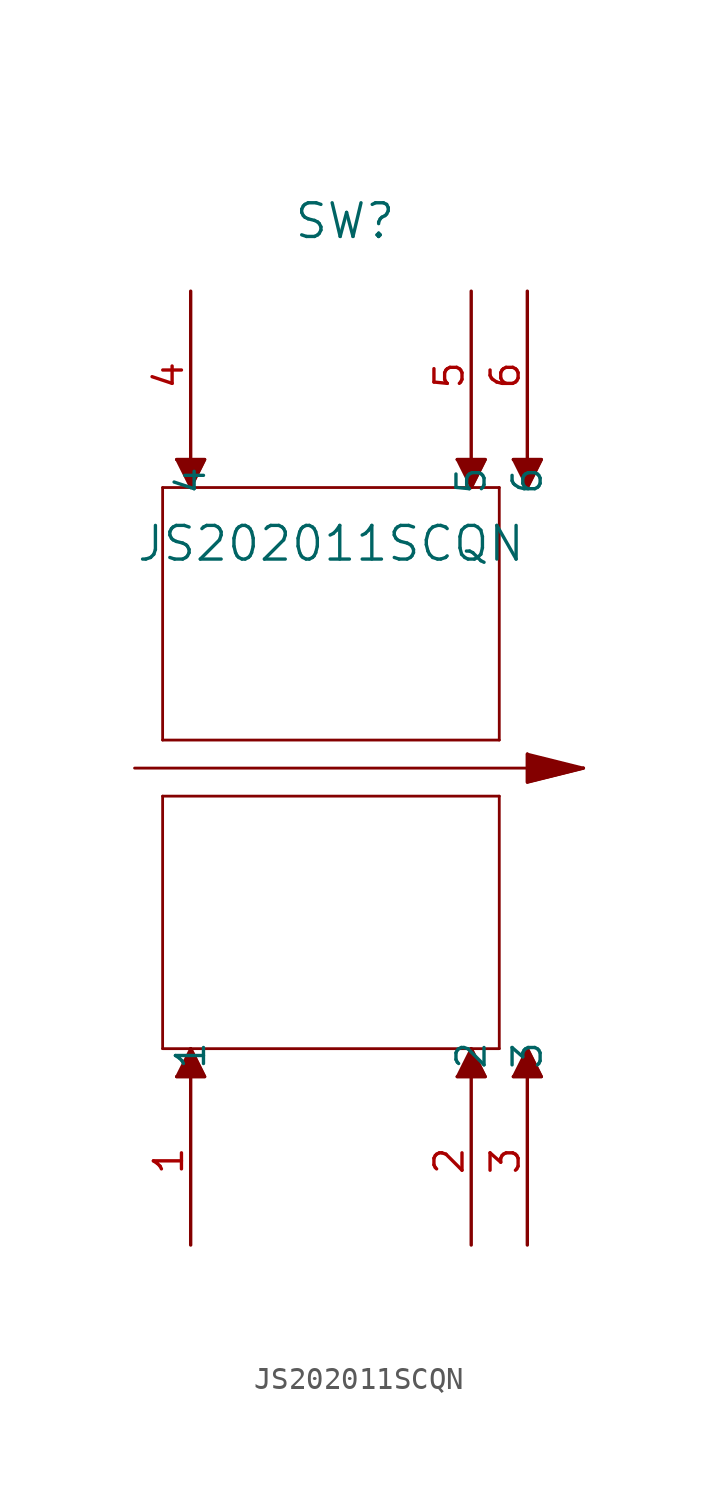
<source format=kicad_sym>
(kicad_symbol_lib
  (version 20211014)
  (generator kicad_symbol_editor)
  (symbol "JS202011SCQN"
    (pin_names
      (offset 0.254))
    (property "Reference" "SW"
      (at 6.985 46.355 0)
      (effects (font (size 1.524 1.524))))
    (property "Value" "JS202011SCQN"
      (at 6.35 31.75 0)
      (effects (font (size 1.524 1.524))))
    (symbol "JS202011SCQN_0_1"
      (polyline (pts (xy -1.27 8.89) (xy 13.97 8.89)) (stroke (width 0.127) (type default) (color 0 0 0 0)) (fill (type none)))
      (polyline (pts (xy -1.27 8.89) (xy -1.27 20.32)) (stroke (width 0.127) (type default) (color 0 0 0 0)) (fill (type none)))
      (polyline (pts (xy 13.97 34.29) (xy -1.27 34.29)) (stroke (width 0.127) (type default) (color 0 0 0 0)) (fill (type none)))
      (polyline (pts (xy -1.27 20.32) (xy 13.97 20.32)) (stroke (width 0.127) (type default) (color 0 0 0 0)) (fill (type none)))
      (polyline (pts (xy 13.97 8.89) (xy 13.97 20.32)) (stroke (width 0.127) (type default) (color 0 0 0 0)) (fill (type none)))
      (polyline (pts (xy -1.27 34.29) (xy -1.27 22.86)) (stroke (width 0.127) (type default) (color 0 0 0 0)) (fill (type none)))
      (polyline (pts (xy -1.27 22.86) (xy 13.97 22.86)) (stroke (width 0.127) (type default) (color 0 0 0 0)) (fill (type none)))
      (polyline (pts (xy 13.97 22.86) (xy 13.97 34.29)) (stroke (width 0.127) (type default) (color 0 0 0 0)) (fill (type none)))
      (polyline (pts (xy -0.635 7.62) (xy 0.635 7.62)) (stroke (width 0.127) (type default) (color 0 0 0 0)) (fill (type none)))
      (polyline (pts (xy -0.635 7.62) (xy 0 8.89)) (stroke (width 0.127) (type default) (color 0 0 0 0)) (fill (type none)))
      (polyline (pts (xy 0 8.89) (xy 0.635 7.62)) (stroke (width 0.127) (type default) (color 0 0 0 0)) (fill (type none)))
      (polyline (pts (xy 13.335 7.62) (xy 12.065 7.62)) (stroke (width 0.127) (type default) (color 0 0 0 0)) (fill (type none)))
      (polyline (pts (xy 12.065 7.62) (xy 12.7 8.89)) (stroke (width 0.127) (type default) (color 0 0 0 0)) (fill (type none)))
      (polyline (pts (xy 12.7 8.89) (xy 13.335 7.62)) (stroke (width 0.127) (type default) (color 0 0 0 0)) (fill (type none)))
      (polyline (pts (xy 14.605 7.62) (xy 15.875 7.62)) (stroke (width 0.127) (type default) (color 0 0 0 0)) (fill (type none)))
      (polyline (pts (xy 14.605 7.62) (xy 15.24 8.89)) (stroke (width 0.127) (type default) (color 0 0 0 0)) (fill (type none)))
      (polyline (pts (xy 15.24 8.89) (xy 15.875 7.62)) (stroke (width 0.127) (type default) (color 0 0 0 0)) (fill (type none)))
      (polyline (pts (xy -0.635 35.56) (xy 0.635 35.56)) (stroke (width 0.127) (type default) (color 0 0 0 0)) (fill (type none)))
      (polyline (pts (xy -0.635 35.56) (xy 0 34.29)) (stroke (width 0.127) (type default) (color 0 0 0 0)) (fill (type none)))
      (polyline (pts (xy 0 34.29) (xy 0.635 35.56)) (stroke (width 0.127) (type default) (color 0 0 0 0)) (fill (type none)))
      (polyline (pts (xy 12.065 35.56) (xy 13.335 35.56)) (stroke (width 0.127) (type default) (color 0 0 0 0)) (fill (type none)))
      (polyline (pts (xy 12.065 35.56) (xy 12.7 34.29)) (stroke (width 0.127) (type default) (color 0 0 0 0)) (fill (type none)))
      (polyline (pts (xy 12.7 34.29) (xy 13.335 35.56)) (stroke (width 0.127) (type default) (color 0 0 0 0)) (fill (type none)))
      (polyline (pts (xy 14.605 35.56) (xy 15.875 35.56)) (stroke (width 0.127) (type default) (color 0 0 0 0)) (fill (type none)))
      (polyline (pts (xy 14.605 35.56) (xy 15.24 34.29)) (stroke (width 0.127) (type default) (color 0 0 0 0)) (fill (type none)))
      (polyline (pts (xy 15.24 34.29) (xy 15.875 35.56)) (stroke (width 0.127) (type default) (color 0 0 0 0)) (fill (type none)))
      (polyline (pts (xy -2.54 21.59) (xy 15.24 21.59)) (stroke (width 0.127) (type default) (color 0 0 0 0)) (fill (type none)))
      (polyline (pts (xy 15.24 22.225) (xy 15.24 20.955)) (stroke (width 0.127) (type default) (color 0 0 0 0)) (fill (type none)))
      (polyline (pts (xy 15.24 20.955) (xy 17.78 21.59)) (stroke (width 0.127) (type default) (color 0 0 0 0)) (fill (type none)))
      (polyline (pts (xy 15.24 22.225) (xy 17.78 21.59)) (stroke (width 0.127) (type default) (color 0 0 0 0)) (fill (type none)))
      (polyline (pts (xy -0.635 7.62) (xy 0.635 7.62) (xy 0 8.89)) (stroke (width 0) (type default) (color 0 0 0 0)) (fill (type outline)))
      (polyline (pts (xy 12.065 7.62) (xy 13.335 7.62) (xy 12.7 8.89)) (stroke (width 0) (type default) (color 0 0 0 0)) (fill (type outline)))
      (polyline (pts (xy 14.605 7.62) (xy 15.875 7.62) (xy 15.24 8.89)) (stroke (width 0) (type default) (color 0 0 0 0)) (fill (type outline)))
      (polyline (pts (xy -0.635 35.56) (xy 0.635 35.56) (xy 0 34.29)) (stroke (width 0) (type default) (color 0 0 0 0)) (fill (type outline)))
      (polyline (pts (xy 12.065 35.56) (xy 13.335 35.56) (xy 12.7 34.29)) (stroke (width 0) (type default) (color 0 0 0 0)) (fill (type outline)))
      (polyline (pts (xy 14.605 35.56) (xy 15.875 35.56) (xy 15.24 34.29)) (stroke (width 0) (type default) (color 0 0 0 0)) (fill (type outline)))
      (polyline (pts (xy 15.24 22.225) (xy 15.24 20.955) (xy 17.78 21.59)) (stroke (width 0) (type default) (color 0 0 0 0)) (fill (type outline)))
      (pin unspecified line (at 0 0 90) (length 7.62) (name "1" (effects (font (size 1.27 1.27)))) (number "1" (effects (font (size 1.27 1.27)))))
      (pin unspecified line (at 12.7 0 90) (length 7.62) (name "2" (effects (font (size 1.27 1.27)))) (number "2" (effects (font (size 1.27 1.27)))))
      (pin unspecified line (at 15.24 0 90) (length 7.62) (name "3" (effects (font (size 1.27 1.27)))) (number "3" (effects (font (size 1.27 1.27)))))
      (pin unspecified line (at 0 43.18 270) (length 7.62) (name "4" (effects (font (size 1.27 1.27)))) (number "4" (effects (font (size 1.27 1.27)))))
      (pin unspecified line (at 12.7 43.18 270) (length 7.62) (name "5" (effects (font (size 1.27 1.27)))) (number "5" (effects (font (size 1.27 1.27)))))
      (pin unspecified line (at 15.24 43.18 270) (length 7.62) (name "6" (effects (font (size 1.27 1.27)))) (number "6" (effects (font (size 1.27 1.27))))))))
</source>
